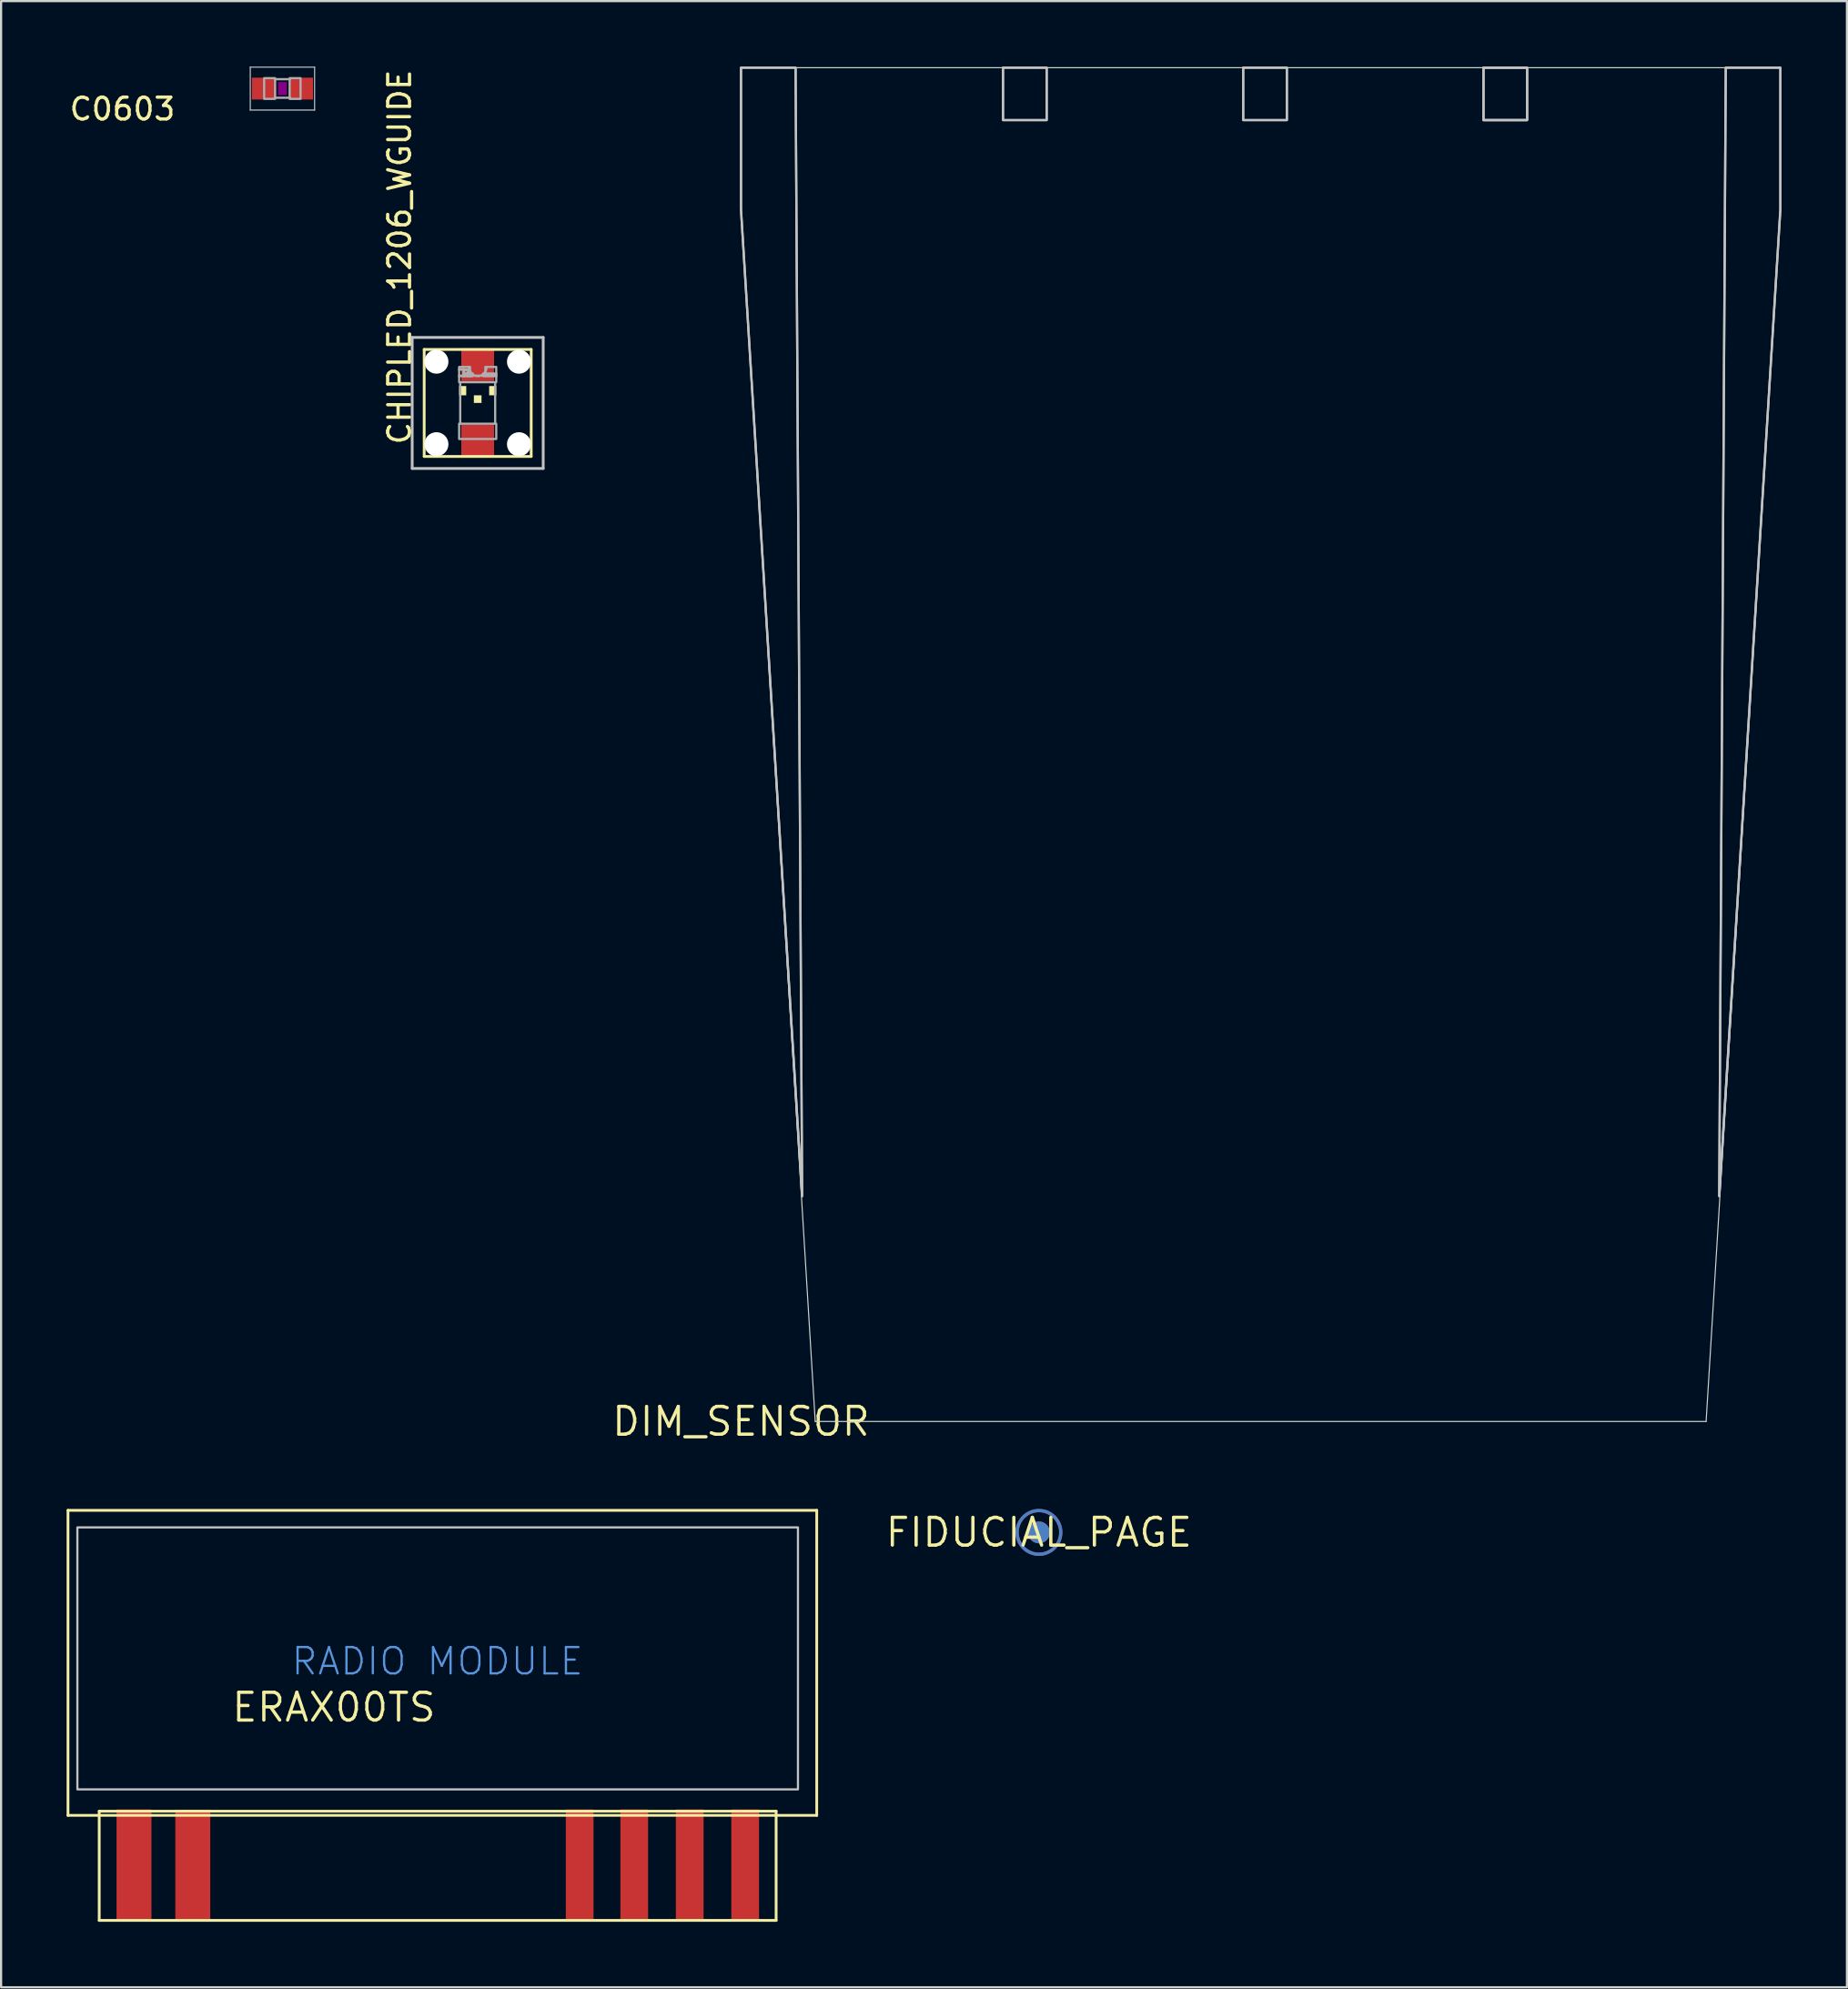
<source format=kicad_pcb>
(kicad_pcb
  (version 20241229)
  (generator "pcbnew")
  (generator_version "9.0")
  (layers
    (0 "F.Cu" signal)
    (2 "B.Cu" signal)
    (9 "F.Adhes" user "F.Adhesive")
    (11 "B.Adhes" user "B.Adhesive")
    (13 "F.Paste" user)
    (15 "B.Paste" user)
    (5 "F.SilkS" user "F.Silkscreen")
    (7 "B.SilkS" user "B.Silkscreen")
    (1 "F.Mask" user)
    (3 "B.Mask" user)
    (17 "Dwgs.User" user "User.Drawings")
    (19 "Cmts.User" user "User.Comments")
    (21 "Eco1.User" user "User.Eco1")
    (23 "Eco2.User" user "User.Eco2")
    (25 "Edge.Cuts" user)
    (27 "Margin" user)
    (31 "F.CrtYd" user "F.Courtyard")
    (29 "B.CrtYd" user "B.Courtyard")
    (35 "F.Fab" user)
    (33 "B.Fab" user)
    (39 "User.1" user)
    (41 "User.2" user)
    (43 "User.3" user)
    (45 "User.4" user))
  (footprint "DIM_SENSOR"
    (layer "F.Cu")
    (at 30.885 62.05)
    (property "Reference" "DIM_SENSOR" (at 0 0 0) (layer "F.SilkS") (effects (font (size 1.27 1.27) (thickness 0.15))))
    (attr through_hole)
    (fp_poly (pts (xy 0 -62) (xy 2.5 -62) (xy 2.8 -10.32) (xy 0 -55.5)) (stroke (width 0.1) (type solid)) (fill no) (layer "Dwgs.User"))
    (fp_poly (pts (xy 0 -62) (xy 2.5 -62) (xy 2.8 -10.32) (xy 0 -55.5)) (stroke (width 0.1) (type solid)) (fill no) (layer "Dwgs.User"))
    (fp_poly (pts (xy 12 -59.6) (xy 14 -59.6) (xy 14 -62) (xy 12 -62)) (stroke (width 0.1) (type solid)) (fill no) (layer "Dwgs.User"))
    (fp_poly (pts (xy 12 -59.6) (xy 14 -59.6) (xy 14 -62) (xy 12 -62)) (stroke (width 0.1) (type solid)) (fill no) (layer "Dwgs.User"))
    (fp_poly (pts (xy 23 -59.6) (xy 25 -59.6) (xy 25 -62) (xy 23 -62)) (stroke (width 0.1) (type solid)) (fill no) (layer "Dwgs.User"))
    (fp_poly (pts (xy 23 -59.6) (xy 25 -59.6) (xy 25 -62) (xy 23 -62)) (stroke (width 0.1) (type solid)) (fill no) (layer "Dwgs.User"))
    (fp_poly (pts (xy 34 -59.6) (xy 36 -59.6) (xy 36 -62) (xy 34 -62)) (stroke (width 0.1) (type solid)) (fill no) (layer "Dwgs.User"))
    (fp_poly (pts (xy 34 -59.6) (xy 36 -59.6) (xy 36 -62) (xy 34 -62)) (stroke (width 0.1) (type solid)) (fill no) (layer "Dwgs.User"))
    (fp_poly (pts (xy 34 -59.6) (xy 36 -59.6) (xy 36 -62) (xy 34 -62)) (stroke (width 0.1) (type solid)) (fill no) (layer "Dwgs.User"))
    (fp_poly (pts (xy 47.6 -62) (xy 47.6 -55.5) (xy 44.8 -10.32) (xy 45.1 -62)) (stroke (width 0.1) (type solid)) (fill no) (layer "Dwgs.User"))
    (fp_poly (pts (xy 47.6 -62) (xy 47.6 -55.5) (xy 44.8 -10.32) (xy 45.1 -62)) (stroke (width 0.1) (type solid)) (fill no) (layer "Dwgs.User"))
    (fp_line (start 0 -62) (end 47.6 -62) (stroke (width 0.05) (type solid)) (layer "Edge.Cuts"))
    (fp_line (start 0 -55.5) (end 0 -62) (stroke (width 0.05) (type solid)) (layer "Edge.Cuts"))
    (fp_line (start 3.4 0) (end 0 -55.5) (stroke (width 0.05) (type solid)) (layer "Edge.Cuts"))
    (fp_line (start 3.4 0) (end 44.2 0) (stroke (width 0.05) (type solid)) (layer "Edge.Cuts"))
    (fp_line (start 47.6 -62) (end 47.6 -55.5) (stroke (width 0.05) (type solid)) (layer "Edge.Cuts"))
    (fp_line (start 47.6 -55.5) (end 44.2 0) (stroke (width 0.05) (type solid)) (layer "Edge.Cuts")))
  (footprint "FIDUCIAL_PAGE"
    (layer "F.Cu")
    (at 44.53 67.131)
    (property "Reference" "FIDUCIAL_PAGE" (at 0 0 0) (layer "F.SilkS") (effects (font (size 1.27 1.27) (thickness 0.15))))
    (attr through_hole)
    (fp_circle (center 0 0) (end 0.25 0) (stroke (width 0.5) (type solid)) (fill no) (layer "F.Cu"))
    (fp_circle (center 0 0) (end 1 0) (stroke (width 0.15) (type solid)) (fill no) (layer "F.Cu"))
    (fp_circle (center 0 0) (end 0.5 0) (stroke (width 1) (type solid)) (fill no) (layer "F.Mask"))
    (fp_circle (center 0 0) (end 0.25 0) (stroke (width 0.5) (type solid)) (fill no) (layer "B.Cu"))
    (fp_circle (center 0 0) (end 1 0) (stroke (width 0.15) (type solid)) (fill no) (layer "B.Cu"))
    (fp_circle (center 0 0) (end 0.5 0) (stroke (width 1) (type solid)) (fill no) (layer "B.Mask")))
  (footprint "ERAX00TS"
    (layer "F.Cu")
    (at 16.994 74.4)
    (property "Reference" "ERAX00TS" (at 0 0 0) (layer "F.SilkS") (effects (font (size 1.27 1.27) (thickness 0.15)) (justify right top)))
    (attr through_hole)
    (fp_line (start -16.93 -8.28) (end 17.36 -8.28) (stroke (width 0.127) (type solid)) (layer "F.SilkS"))
    (fp_line (start -16.93 5.69) (end -16.93 -8.28) (stroke (width 0.127) (type solid)) (layer "F.SilkS"))
    (fp_line (start -15.5 5.5) (end -15.5 10.5) (stroke (width 0.127) (type solid)) (layer "F.SilkS"))
    (fp_line (start -15.5 10.5) (end 15.5 10.5) (stroke (width 0.127) (type solid)) (layer "F.SilkS"))
    (fp_line (start 15.5 5.5) (end -15.5 5.5) (stroke (width 0.127) (type solid)) (layer "F.SilkS"))
    (fp_line (start 15.5 10.5) (end 15.5 5.5) (stroke (width 0.127) (type solid)) (layer "F.SilkS"))
    (fp_line (start 17.36 -8.28) (end 17.36 5.69) (stroke (width 0.127) (type solid)) (layer "F.SilkS"))
    (fp_line (start 17.36 5.69) (end -16.93 5.69) (stroke (width 0.127) (type solid)) (layer "F.SilkS"))
    (fp_poly (pts (xy -16.5 4.5) (xy 16.5 4.5) (xy 16.5 -7.5) (xy -16.5 -7.5)) (stroke (width 0.1) (type solid)) (fill no) (layer "Dwgs.User"))
    (fp_text user "RADIO MODULE" (at -6.77 -0.66 0) (layer "Cmts.User") (effects (font (size 1.206 1.206) (thickness 0.102)) (justify left bottom)))
    (pad "1" smd rect (at -13.907 7.958 90) (size 5.08 1.6) (layers "F.Cu" "F.Mask" "F.Paste"))
    (pad "2" smd rect (at -11.215 7.968 90) (size 5.08 1.6) (layers "F.Cu" "F.Mask" "F.Paste"))
    (pad "3" smd rect (at 6.503 7.958 90) (size 5.08 1.27) (layers "F.Cu" "F.Mask" "F.Paste"))
    (pad "4" smd rect (at 9.003 7.958 90) (size 5.08 1.27) (layers "F.Cu" "F.Mask" "F.Paste"))
    (pad "5" smd rect (at 11.543 7.958 90) (size 5.08 1.27) (layers "F.Cu" "F.Mask" "F.Paste"))
    (pad "6" smd rect (at 14.083 7.958 90) (size 5.08 1.27) (layers "F.Cu" "F.Mask" "F.Paste")))
  (footprint "C0603"
    (layer "F.Cu")
    (at 9.885 1.008)
    (property "Reference" "C0603" (at -4.826 0.349 180) (layer "F.SilkS") (effects (font (size 1 1) (thickness 0.15)) (justify right top)))
    (attr through_hole)
    (fp_poly (pts (xy -0.2 0.3) (xy 0.2 0.3) (xy 0.2 -0.3) (xy -0.2 -0.3)) (stroke (width 0) (type solid)) (fill yes) (layer "F.Adhes"))
    (fp_line (start -1.473 -0.983) (end 1.473 -0.983) (stroke (width 0.051) (type solid)) (layer "Dwgs.User"))
    (fp_line (start -1.473 0.983) (end -1.473 -0.983) (stroke (width 0.051) (type solid)) (layer "Dwgs.User"))
    (fp_line (start 1.473 -0.983) (end 1.473 0.983) (stroke (width 0.051) (type solid)) (layer "Dwgs.User"))
    (fp_line (start 1.473 0.983) (end -1.473 0.983) (stroke (width 0.051) (type solid)) (layer "Dwgs.User"))
    (fp_line (start -0.356 -0.432) (end 0.356 -0.432) (stroke (width 0.102) (type solid)) (layer "F.Fab"))
    (fp_line (start -0.356 0.419) (end 0.356 0.419) (stroke (width 0.102) (type solid)) (layer "F.Fab"))
    (fp_poly (pts (xy -0.838 0.47) (xy -0.338 0.47) (xy -0.338 -0.48) (xy -0.838 -0.48)) (stroke (width 0.1) (type solid)) (fill no) (layer "F.Fab"))
    (fp_poly (pts (xy 0.33 0.47) (xy 0.83 0.47) (xy 0.83 -0.48) (xy 0.33 -0.48)) (stroke (width 0.1) (type solid)) (fill no) (layer "F.Fab"))
    (pad "1" smd rect (at -0.85 0) (size 1.1 1) (layers "F.Cu" "F.Mask" "F.Paste"))
    (pad "2" smd rect (at 0.85 0) (size 1.1 1) (layers "F.Cu" "F.Mask" "F.Paste")))
  (footprint "CHIPLED_1206_WGUIDE"
    (layer "F.Cu")
    (at 18.827 15.404)
    (property "Reference" "CHIPLED_1206_WGUIDE" (at -2.993 1.988 270) (layer "F.SilkS") (effects (font (size 1 1) (thickness 0.15)) (justify left bottom)))
    (attr through_hole)
    (fp_line (start -2.45 -2.45) (end -2.45 2.45) (stroke (width 0.127) (type solid)) (layer "F.SilkS"))
    (fp_line (start -2.45 2.45) (end 2.45 2.45) (stroke (width 0.127) (type solid)) (layer "F.SilkS"))
    (fp_line (start 2.45 -2.45) (end -2.45 -2.45) (stroke (width 0.127) (type solid)) (layer "F.SilkS"))
    (fp_line (start 2.45 2.45) (end 2.45 -2.45) (stroke (width 0.127) (type solid)) (layer "F.SilkS"))
    (fp_poly (pts (xy -0.85 -0.35) (xy -0.525 -0.35) (xy -0.525 -0.775) (xy -0.85 -0.775)) (stroke (width 0) (type solid)) (fill yes) (layer "F.SilkS"))
    (fp_poly (pts (xy -0.175 0) (xy 0.175 0) (xy 0.175 -0.35) (xy -0.175 -0.35)) (stroke (width 0) (type solid)) (fill yes) (layer "F.SilkS"))
    (fp_poly (pts (xy 0.525 -0.35) (xy 0.85 -0.35) (xy 0.85 -0.775) (xy 0.525 -0.775)) (stroke (width 0) (type solid)) (fill yes) (layer "F.SilkS"))
    (fp_line (start -3 -3) (end -3 3) (stroke (width 0.127) (type solid)) (layer "Dwgs.User"))
    (fp_line (start -3 3) (end 3 3) (stroke (width 0.127) (type solid)) (layer "Dwgs.User"))
    (fp_line (start 3 -3) (end -3 -3) (stroke (width 0.127) (type solid)) (layer "Dwgs.User"))
    (fp_line (start 3 3) (end 3 -3) (stroke (width 0.127) (type solid)) (layer "Dwgs.User"))
    (fp_line (start -0.8 0.95) (end -0.8 -0.95) (stroke (width 0.102) (type solid)) (layer "F.Fab"))
    (fp_line (start 0.8 -0.95) (end 0.8 0.95) (stroke (width 0.102) (type solid)) (layer "F.Fab"))
    (fp_arc (start 0.4 -1.599998) (mid -0.000001 -1.224968) (end -0.4 -1.6) (stroke (width 0.1016) (type solid)) (layer "F.Fab"))
    (fp_circle (center -0.55 -1.425) (end -0.45 -1.425) (stroke (width 0.102) (type solid)) (fill no) (layer "F.Fab"))
    (fp_poly (pts (xy -0.85 -1.525) (xy -0.35 -1.525) (xy -0.35 -1.65) (xy -0.85 -1.65)) (stroke (width 0.1) (type solid)) (fill no) (layer "F.Fab"))
    (fp_poly (pts (xy -0.85 -1.225) (xy -0.625 -1.225) (xy -0.625 -1.55) (xy -0.85 -1.55)) (stroke (width 0.1) (type solid)) (fill no) (layer "F.Fab"))
    (fp_poly (pts (xy -0.85 -0.95) (xy 0.85 -0.95) (xy 0.85 -1.25) (xy -0.85 -1.25)) (stroke (width 0.1) (type solid)) (fill no) (layer "F.Fab"))
    (fp_poly (pts (xy -0.85 1.65) (xy 0.85 1.65) (xy 0.85 0.95) (xy -0.85 0.95)) (stroke (width 0.1) (type solid)) (fill no) (layer "F.Fab"))
    (fp_poly (pts (xy -0.65 -1.225) (xy -0.225 -1.225) (xy -0.225 -1.35) (xy -0.65 -1.35)) (stroke (width 0.1) (type solid)) (fill no) (layer "F.Fab"))
    (fp_poly (pts (xy -0.45 -1.225) (xy -0.325 -1.225) (xy -0.325 -1.45) (xy -0.45 -1.45)) (stroke (width 0.1) (type solid)) (fill no) (layer "F.Fab"))
    (fp_poly (pts (xy 0.25 -1.225) (xy 0.85 -1.225) (xy 0.85 -1.35) (xy 0.25 -1.35)) (stroke (width 0.1) (type solid)) (fill no) (layer "F.Fab"))
    (fp_poly (pts (xy 0.35 -1.3) (xy 0.85 -1.3) (xy 0.85 -1.65) (xy 0.35 -1.65)) (stroke (width 0.1) (type solid)) (fill no) (layer "F.Fab"))
    (pad "" np_thru_hole circle (at -1.89 -1.89) (size 1.1 1.1) (drill 1.1) (layers "*.Cu" "*.Mask"))
    (pad "" np_thru_hole circle (at -1.89 1.89) (size 1.1 1.1) (drill 1.1) (layers "*.Cu" "*.Mask"))
    (pad "" np_thru_hole circle (at 1.89 -1.89) (size 1.1 1.1) (drill 1.1) (layers "*.Cu" "*.Mask"))
    (pad "" np_thru_hole circle (at 1.89 1.89) (size 1.1 1.1) (drill 1.1) (layers "*.Cu" "*.Mask"))
    (pad "A" smd rect (at 0 1.75) (size 1.5 1.5) (layers "F.Cu" "F.Mask" "F.Paste"))
    (pad "C" smd rect (at 0 -1.75) (size 1.5 1.5) (layers "F.Cu" "F.Mask" "F.Paste")))
  (gr_rect
    (start -3 -3)
    (end 81.535 87.963)
    (stroke (width 0.1) (type default))
    (fill no)
    (layer "Edge.Cuts")))
</source>
